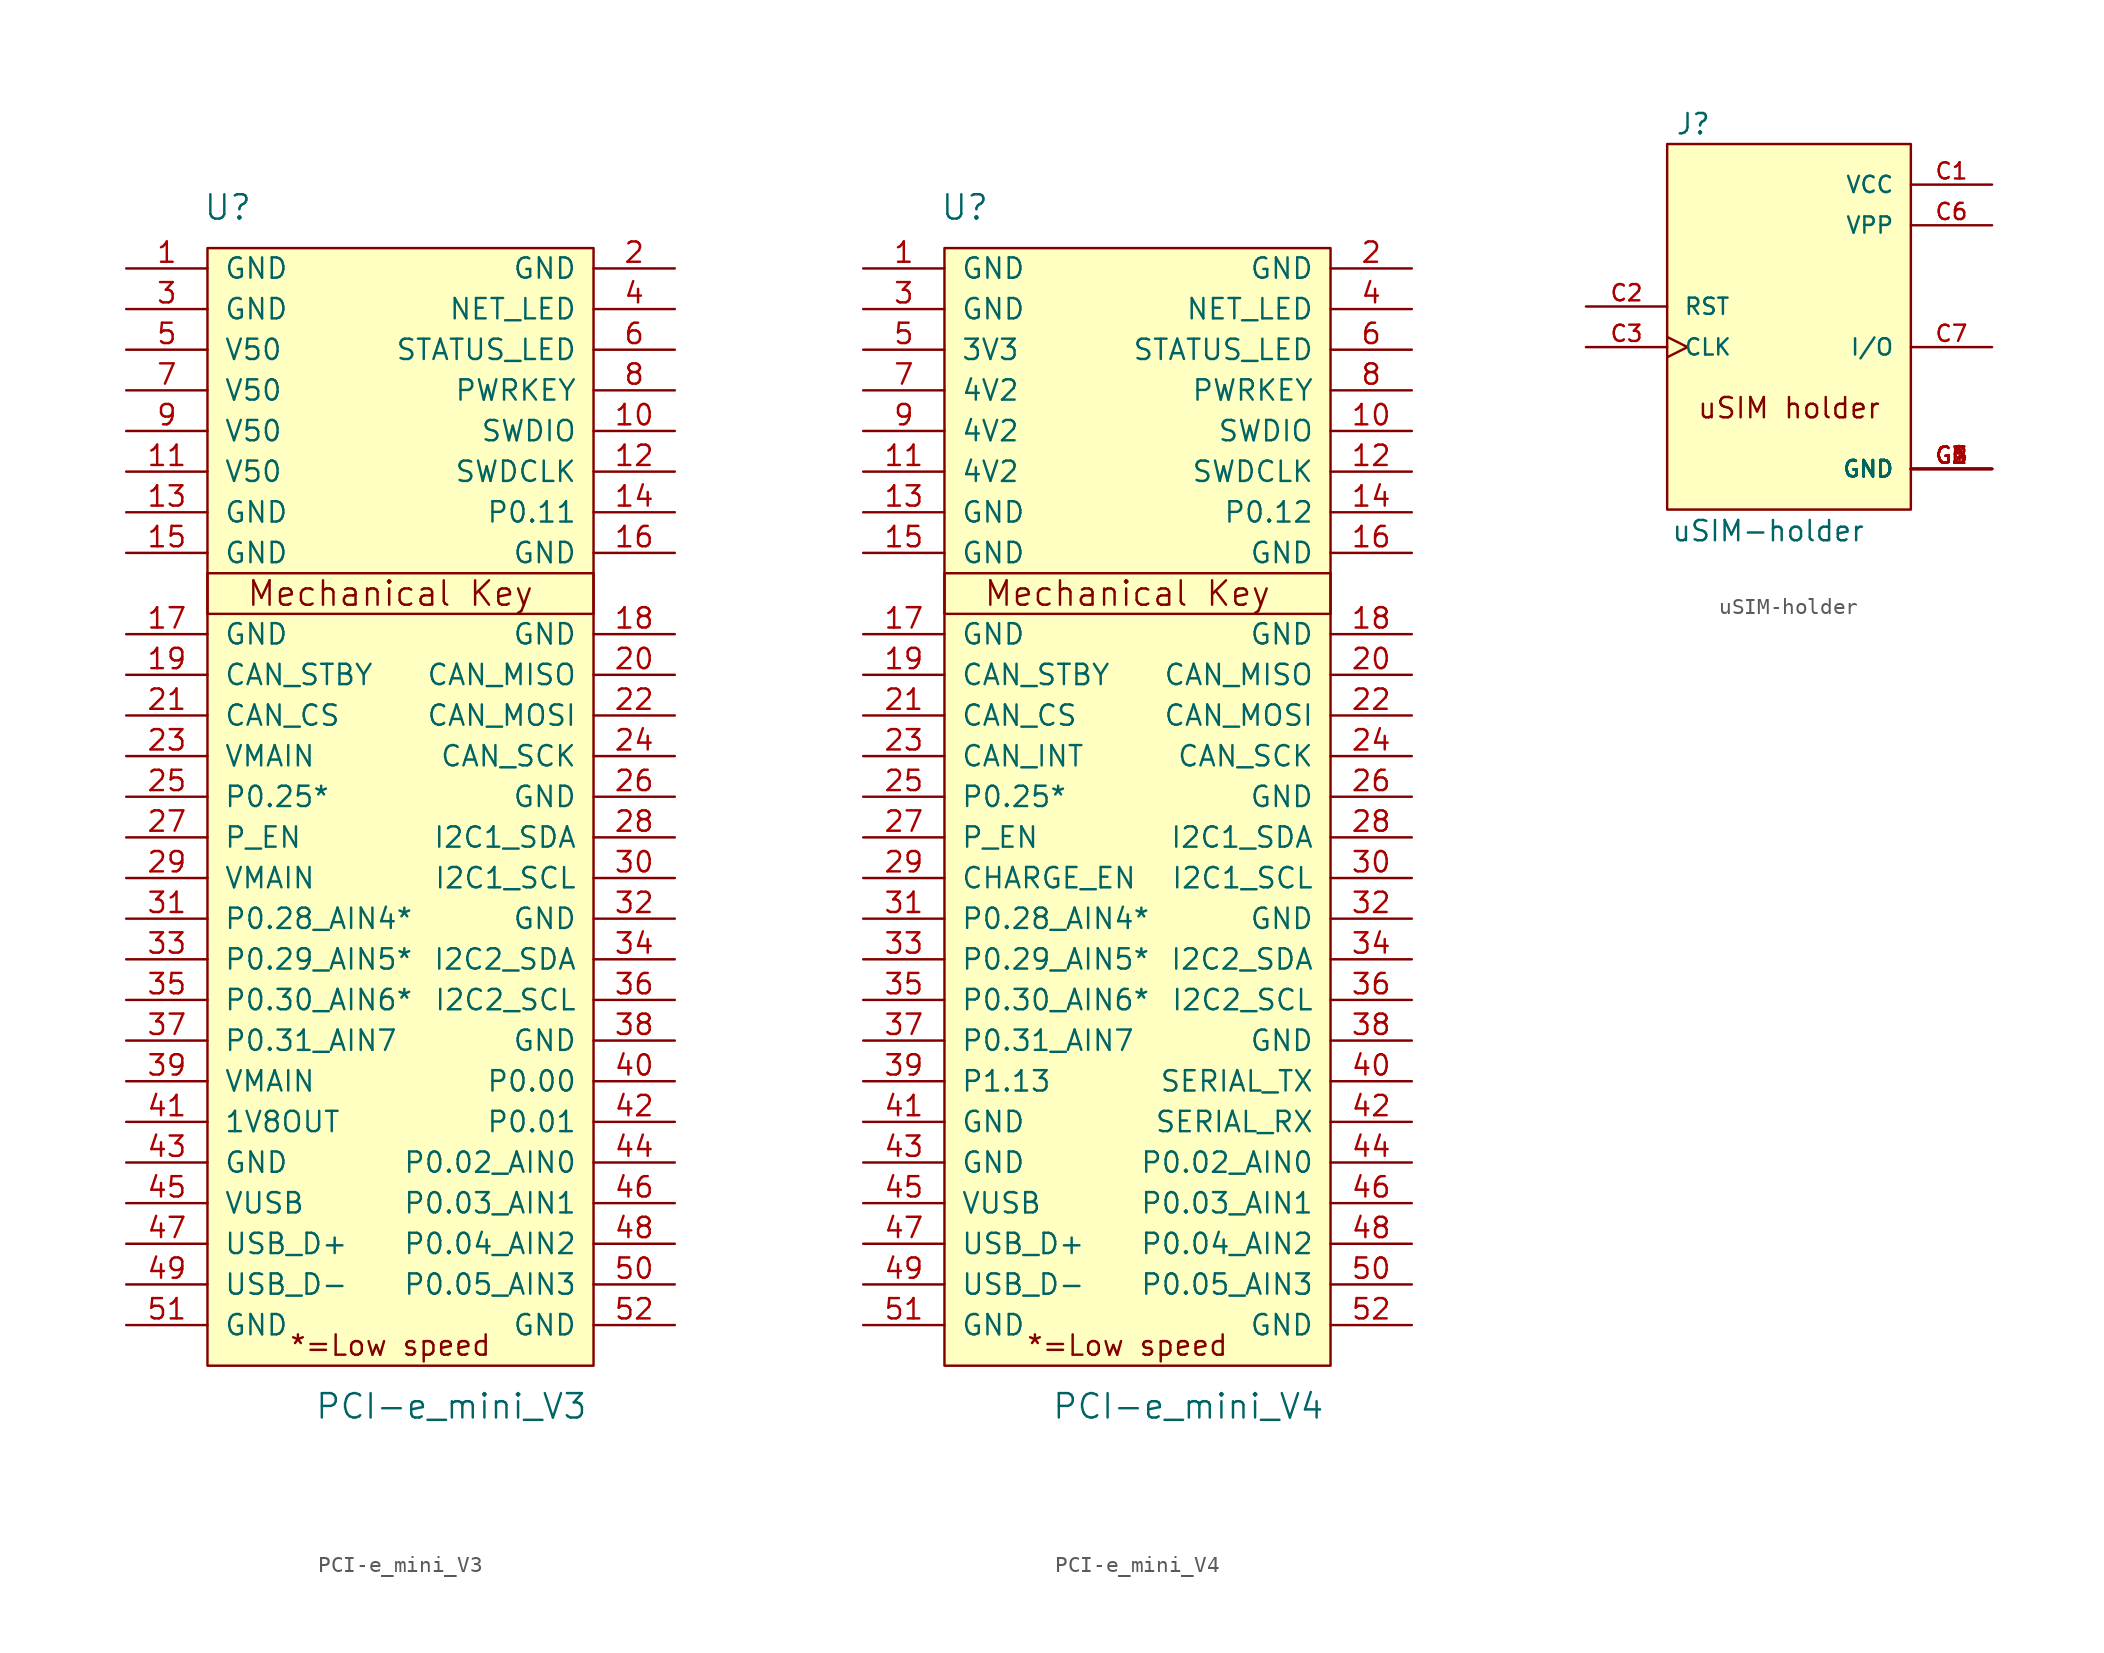
<source format=kicad_sym>
(kicad_symbol_lib
  (version 20211014)
  (generator kicad_symbol_editor)
  (symbol "PCI-e_mini_V3"
    (pin_names
      (offset 1.016))
    (property "Reference" "U"
      (at -10.16 26.67 0)
      (effects (font (size 1.524 1.524))))
    (property "Value" "PCI-e_mini_V3"
      (at 3.81 -48.26 0)
      (effects (font (size 1.524 1.524))))
    (property "Footprint" ""
      (at 2.54 11.43 0)
      (effects (font (size 1.524 1.524))))
    (property "Datasheet" ""
      (at 2.54 11.43 0)
      (effects (font (size 1.524 1.524))))
    (symbol "PCI-e_mini_V3_0_0"
      (text "*=Low speed" (at 0 -44.45 0) (effects (font (size 1.27 1.27)))))
    (symbol "PCI-e_mini_V3_1_1"
      (rectangle (start -11.43 1.27) (end 12.7 3.81) (stroke (width 0) (type default) (color 0 0 0 0)) (fill (type none)))
      (rectangle (start -11.43 24.13) (end 12.7 -45.72) (stroke (width 0) (type default) (color 0 0 0 0)) (fill (type background)))
      (text "Mechanical Key" (at 0 2.54 0) (effects (font (size 1.524 1.524))))
      (pin power_in line (at -16.51 22.86 0) (length 5.08) (name "GND" (effects (font (size 1.27 1.27)))) (number "1" (effects (font (size 1.27 1.27)))))
      (pin bidirectional line (at 17.78 12.7 180) (length 5.08) (name "SWDIO" (effects (font (size 1.27 1.27)))) (number "10" (effects (font (size 1.27 1.27)))))
      (pin power_in line (at -16.51 10.16 0) (length 5.08) (name "V50" (effects (font (size 1.27 1.27)))) (number "11" (effects (font (size 1.27 1.27)))))
      (pin bidirectional line (at 17.78 10.16 180) (length 5.08) (name "SWDCLK" (effects (font (size 1.27 1.27)))) (number "12" (effects (font (size 1.27 1.27)))))
      (pin power_in line (at -16.51 7.62 0) (length 5.08) (name "GND" (effects (font (size 1.27 1.27)))) (number "13" (effects (font (size 1.27 1.27)))))
      (pin bidirectional line (at 17.78 7.62 180) (length 5.08) (name "P0.11" (effects (font (size 1.27 1.27)))) (number "14" (effects (font (size 1.27 1.27)))))
      (pin power_in line (at -16.51 5.08 0) (length 5.08) (name "GND" (effects (font (size 1.27 1.27)))) (number "15" (effects (font (size 1.27 1.27)))))
      (pin power_in line (at 17.78 5.08 180) (length 5.08) (name "GND" (effects (font (size 1.27 1.27)))) (number "16" (effects (font (size 1.27 1.27)))))
      (pin power_in line (at -16.51 0 0) (length 5.08) (name "GND" (effects (font (size 1.27 1.27)))) (number "17" (effects (font (size 1.27 1.27)))))
      (pin power_in line (at 17.78 0 180) (length 5.08) (name "GND" (effects (font (size 1.27 1.27)))) (number "18" (effects (font (size 1.27 1.27)))))
      (pin bidirectional line (at -16.51 -2.54 0) (length 5.08) (name "CAN_STBY" (effects (font (size 1.27 1.27)))) (number "19" (effects (font (size 1.27 1.27)))))
      (pin power_in line (at 17.78 22.86 180) (length 5.08) (name "GND" (effects (font (size 1.27 1.27)))) (number "2" (effects (font (size 1.27 1.27)))))
      (pin bidirectional line (at 17.78 -2.54 180) (length 5.08) (name "CAN_MISO" (effects (font (size 1.27 1.27)))) (number "20" (effects (font (size 1.27 1.27)))))
      (pin bidirectional line (at -16.51 -5.08 0) (length 5.08) (name "CAN_CS" (effects (font (size 1.27 1.27)))) (number "21" (effects (font (size 1.27 1.27)))))
      (pin bidirectional line (at 17.78 -5.08 180) (length 5.08) (name "CAN_MOSI" (effects (font (size 1.27 1.27)))) (number "22" (effects (font (size 1.27 1.27)))))
      (pin bidirectional line (at -16.51 -7.62 0) (length 5.08) (name "VMAIN" (effects (font (size 1.27 1.27)))) (number "23" (effects (font (size 1.27 1.27)))))
      (pin bidirectional line (at 17.78 -7.62 180) (length 5.08) (name "CAN_SCK" (effects (font (size 1.27 1.27)))) (number "24" (effects (font (size 1.27 1.27)))))
      (pin bidirectional line (at -16.51 -10.16 0) (length 5.08) (name "P0.25*" (effects (font (size 1.27 1.27)))) (number "25" (effects (font (size 1.27 1.27)))))
      (pin power_in line (at 17.78 -10.16 180) (length 5.08) (name "GND" (effects (font (size 1.27 1.27)))) (number "26" (effects (font (size 1.27 1.27)))))
      (pin bidirectional line (at -16.51 -12.7 0) (length 5.08) (name "P_EN" (effects (font (size 1.27 1.27)))) (number "27" (effects (font (size 1.27 1.27)))))
      (pin bidirectional line (at 17.78 -12.7 180) (length 5.08) (name "I2C1_SDA" (effects (font (size 1.27 1.27)))) (number "28" (effects (font (size 1.27 1.27)))))
      (pin bidirectional line (at -16.51 -15.24 0) (length 5.08) (name "VMAIN" (effects (font (size 1.27 1.27)))) (number "29" (effects (font (size 1.27 1.27)))))
      (pin power_in line (at -16.51 20.32 0) (length 5.08) (name "GND" (effects (font (size 1.27 1.27)))) (number "3" (effects (font (size 1.27 1.27)))))
      (pin bidirectional line (at 17.78 -15.24 180) (length 5.08) (name "I2C1_SCL" (effects (font (size 1.27 1.27)))) (number "30" (effects (font (size 1.27 1.27)))))
      (pin bidirectional line (at -16.51 -17.78 0) (length 5.08) (name "P0.28_AIN4*" (effects (font (size 1.27 1.27)))) (number "31" (effects (font (size 1.27 1.27)))))
      (pin power_in line (at 17.78 -17.78 180) (length 5.08) (name "GND" (effects (font (size 1.27 1.27)))) (number "32" (effects (font (size 1.27 1.27)))))
      (pin bidirectional line (at -16.51 -20.32 0) (length 5.08) (name "P0.29_AIN5*" (effects (font (size 1.27 1.27)))) (number "33" (effects (font (size 1.27 1.27)))))
      (pin bidirectional line (at 17.78 -20.32 180) (length 5.08) (name "I2C2_SDA" (effects (font (size 1.27 1.27)))) (number "34" (effects (font (size 1.27 1.27)))))
      (pin bidirectional line (at -16.51 -22.86 0) (length 5.08) (name "P0.30_AIN6*" (effects (font (size 1.27 1.27)))) (number "35" (effects (font (size 1.27 1.27)))))
      (pin bidirectional line (at 17.78 -22.86 180) (length 5.08) (name "I2C2_SCL" (effects (font (size 1.27 1.27)))) (number "36" (effects (font (size 1.27 1.27)))))
      (pin bidirectional line (at -16.51 -25.4 0) (length 5.08) (name "P0.31_AIN7" (effects (font (size 1.27 1.27)))) (number "37" (effects (font (size 1.27 1.27)))))
      (pin power_in line (at 17.78 -25.4 180) (length 5.08) (name "GND" (effects (font (size 1.27 1.27)))) (number "38" (effects (font (size 1.27 1.27)))))
      (pin power_in line (at -16.51 -27.94 0) (length 5.08) (name "VMAIN" (effects (font (size 1.27 1.27)))) (number "39" (effects (font (size 1.27 1.27)))))
      (pin output line (at 17.78 20.32 180) (length 5.08) (name "NET_LED" (effects (font (size 1.27 1.27)))) (number "4" (effects (font (size 1.27 1.27)))))
      (pin bidirectional line (at 17.78 -27.94 180) (length 5.08) (name "P0.00" (effects (font (size 1.27 1.27)))) (number "40" (effects (font (size 1.27 1.27)))))
      (pin passive line (at -16.51 -30.48 0) (length 5.08) (name "1V8OUT" (effects (font (size 1.27 1.27)))) (number "41" (effects (font (size 1.27 1.27)))))
      (pin bidirectional line (at 17.78 -30.48 180) (length 5.08) (name "P0.01" (effects (font (size 1.27 1.27)))) (number "42" (effects (font (size 1.27 1.27)))))
      (pin power_in line (at -16.51 -33.02 0) (length 5.08) (name "GND" (effects (font (size 1.27 1.27)))) (number "43" (effects (font (size 1.27 1.27)))))
      (pin bidirectional line (at 17.78 -33.02 180) (length 5.08) (name "P0.02_AIN0" (effects (font (size 1.27 1.27)))) (number "44" (effects (font (size 1.27 1.27)))))
      (pin power_out line (at -16.51 -35.56 0) (length 5.08) (name "VUSB" (effects (font (size 1.27 1.27)))) (number "45" (effects (font (size 1.27 1.27)))))
      (pin bidirectional line (at 17.78 -35.56 180) (length 5.08) (name "P0.03_AIN1" (effects (font (size 1.27 1.27)))) (number "46" (effects (font (size 1.27 1.27)))))
      (pin bidirectional line (at -16.51 -38.1 0) (length 5.08) (name "USB_D+" (effects (font (size 1.27 1.27)))) (number "47" (effects (font (size 1.27 1.27)))))
      (pin bidirectional line (at 17.78 -38.1 180) (length 5.08) (name "P0.04_AIN2" (effects (font (size 1.27 1.27)))) (number "48" (effects (font (size 1.27 1.27)))))
      (pin bidirectional line (at -16.51 -40.64 0) (length 5.08) (name "USB_D-" (effects (font (size 1.27 1.27)))) (number "49" (effects (font (size 1.27 1.27)))))
      (pin power_in line (at -16.51 17.78 0) (length 5.08) (name "V50" (effects (font (size 1.27 1.27)))) (number "5" (effects (font (size 1.27 1.27)))))
      (pin bidirectional line (at 17.78 -40.64 180) (length 5.08) (name "P0.05_AIN3" (effects (font (size 1.27 1.27)))) (number "50" (effects (font (size 1.27 1.27)))))
      (pin power_in line (at -16.51 -43.18 0) (length 5.08) (name "GND" (effects (font (size 1.27 1.27)))) (number "51" (effects (font (size 1.27 1.27)))))
      (pin power_in line (at 17.78 -43.18 180) (length 5.08) (name "GND" (effects (font (size 1.27 1.27)))) (number "52" (effects (font (size 1.27 1.27)))))
      (pin output line (at 17.78 17.78 180) (length 5.08) (name "STATUS_LED" (effects (font (size 1.27 1.27)))) (number "6" (effects (font (size 1.27 1.27)))))
      (pin power_in line (at -16.51 15.24 0) (length 5.08) (name "V50" (effects (font (size 1.27 1.27)))) (number "7" (effects (font (size 1.27 1.27)))))
      (pin output line (at 17.78 15.24 180) (length 5.08) (name "PWRKEY" (effects (font (size 1.27 1.27)))) (number "8" (effects (font (size 1.27 1.27)))))
      (pin power_in line (at -16.51 12.7 0) (length 5.08) (name "V50" (effects (font (size 1.27 1.27)))) (number "9" (effects (font (size 1.27 1.27)))))))
  (symbol "PCI-e_mini_V4"
    (pin_names
      (offset 1.016))
    (property "Reference" "U"
      (at -10.16 26.67 0)
      (effects (font (size 1.524 1.524))))
    (property "Value" "PCI-e_mini_V4"
      (at 3.81 -48.26 0)
      (effects (font (size 1.524 1.524))))
    (property "Footprint" ""
      (at 2.54 11.43 0)
      (effects (font (size 1.524 1.524))))
    (property "Datasheet" ""
      (at 2.54 11.43 0)
      (effects (font (size 1.524 1.524))))
    (symbol "PCI-e_mini_V4_0_0"
      (text "*=Low speed" (at 0 -44.45 0) (effects (font (size 1.27 1.27)))))
    (symbol "PCI-e_mini_V4_1_1"
      (rectangle (start -11.43 1.27) (end 12.7 3.81) (stroke (width 0) (type default) (color 0 0 0 0)) (fill (type none)))
      (rectangle (start -11.43 24.13) (end 12.7 -45.72) (stroke (width 0) (type default) (color 0 0 0 0)) (fill (type background)))
      (text "Mechanical Key" (at 0 2.54 0) (effects (font (size 1.524 1.524))))
      (pin power_in line (at -16.51 22.86 0) (length 5.08) (name "GND" (effects (font (size 1.27 1.27)))) (number "1" (effects (font (size 1.27 1.27)))))
      (pin bidirectional line (at 17.78 12.7 180) (length 5.08) (name "SWDIO" (effects (font (size 1.27 1.27)))) (number "10" (effects (font (size 1.27 1.27)))))
      (pin power_in line (at -16.51 10.16 0) (length 5.08) (name "4V2" (effects (font (size 1.27 1.27)))) (number "11" (effects (font (size 1.27 1.27)))))
      (pin bidirectional line (at 17.78 10.16 180) (length 5.08) (name "SWDCLK" (effects (font (size 1.27 1.27)))) (number "12" (effects (font (size 1.27 1.27)))))
      (pin power_in line (at -16.51 7.62 0) (length 5.08) (name "GND" (effects (font (size 1.27 1.27)))) (number "13" (effects (font (size 1.27 1.27)))))
      (pin bidirectional line (at 17.78 7.62 180) (length 5.08) (name "P0.12" (effects (font (size 1.27 1.27)))) (number "14" (effects (font (size 1.27 1.27)))))
      (pin power_in line (at -16.51 5.08 0) (length 5.08) (name "GND" (effects (font (size 1.27 1.27)))) (number "15" (effects (font (size 1.27 1.27)))))
      (pin power_in line (at 17.78 5.08 180) (length 5.08) (name "GND" (effects (font (size 1.27 1.27)))) (number "16" (effects (font (size 1.27 1.27)))))
      (pin power_in line (at -16.51 0 0) (length 5.08) (name "GND" (effects (font (size 1.27 1.27)))) (number "17" (effects (font (size 1.27 1.27)))))
      (pin power_in line (at 17.78 0 180) (length 5.08) (name "GND" (effects (font (size 1.27 1.27)))) (number "18" (effects (font (size 1.27 1.27)))))
      (pin bidirectional line (at -16.51 -2.54 0) (length 5.08) (name "CAN_STBY" (effects (font (size 1.27 1.27)))) (number "19" (effects (font (size 1.27 1.27)))))
      (pin power_in line (at 17.78 22.86 180) (length 5.08) (name "GND" (effects (font (size 1.27 1.27)))) (number "2" (effects (font (size 1.27 1.27)))))
      (pin bidirectional line (at 17.78 -2.54 180) (length 5.08) (name "CAN_MISO" (effects (font (size 1.27 1.27)))) (number "20" (effects (font (size 1.27 1.27)))))
      (pin bidirectional line (at -16.51 -5.08 0) (length 5.08) (name "CAN_CS" (effects (font (size 1.27 1.27)))) (number "21" (effects (font (size 1.27 1.27)))))
      (pin bidirectional line (at 17.78 -5.08 180) (length 5.08) (name "CAN_MOSI" (effects (font (size 1.27 1.27)))) (number "22" (effects (font (size 1.27 1.27)))))
      (pin bidirectional line (at -16.51 -7.62 0) (length 5.08) (name "CAN_INT" (effects (font (size 1.27 1.27)))) (number "23" (effects (font (size 1.27 1.27)))))
      (pin bidirectional line (at 17.78 -7.62 180) (length 5.08) (name "CAN_SCK" (effects (font (size 1.27 1.27)))) (number "24" (effects (font (size 1.27 1.27)))))
      (pin bidirectional line (at -16.51 -10.16 0) (length 5.08) (name "P0.25*" (effects (font (size 1.27 1.27)))) (number "25" (effects (font (size 1.27 1.27)))))
      (pin power_in line (at 17.78 -10.16 180) (length 5.08) (name "GND" (effects (font (size 1.27 1.27)))) (number "26" (effects (font (size 1.27 1.27)))))
      (pin bidirectional line (at -16.51 -12.7 0) (length 5.08) (name "P_EN" (effects (font (size 1.27 1.27)))) (number "27" (effects (font (size 1.27 1.27)))))
      (pin bidirectional line (at 17.78 -12.7 180) (length 5.08) (name "I2C1_SDA" (effects (font (size 1.27 1.27)))) (number "28" (effects (font (size 1.27 1.27)))))
      (pin bidirectional line (at -16.51 -15.24 0) (length 5.08) (name "CHARGE_EN" (effects (font (size 1.27 1.27)))) (number "29" (effects (font (size 1.27 1.27)))))
      (pin power_in line (at -16.51 20.32 0) (length 5.08) (name "GND" (effects (font (size 1.27 1.27)))) (number "3" (effects (font (size 1.27 1.27)))))
      (pin bidirectional line (at 17.78 -15.24 180) (length 5.08) (name "I2C1_SCL" (effects (font (size 1.27 1.27)))) (number "30" (effects (font (size 1.27 1.27)))))
      (pin bidirectional line (at -16.51 -17.78 0) (length 5.08) (name "P0.28_AIN4*" (effects (font (size 1.27 1.27)))) (number "31" (effects (font (size 1.27 1.27)))))
      (pin power_in line (at 17.78 -17.78 180) (length 5.08) (name "GND" (effects (font (size 1.27 1.27)))) (number "32" (effects (font (size 1.27 1.27)))))
      (pin bidirectional line (at -16.51 -20.32 0) (length 5.08) (name "P0.29_AIN5*" (effects (font (size 1.27 1.27)))) (number "33" (effects (font (size 1.27 1.27)))))
      (pin bidirectional line (at 17.78 -20.32 180) (length 5.08) (name "I2C2_SDA" (effects (font (size 1.27 1.27)))) (number "34" (effects (font (size 1.27 1.27)))))
      (pin bidirectional line (at -16.51 -22.86 0) (length 5.08) (name "P0.30_AIN6*" (effects (font (size 1.27 1.27)))) (number "35" (effects (font (size 1.27 1.27)))))
      (pin bidirectional line (at 17.78 -22.86 180) (length 5.08) (name "I2C2_SCL" (effects (font (size 1.27 1.27)))) (number "36" (effects (font (size 1.27 1.27)))))
      (pin bidirectional line (at -16.51 -25.4 0) (length 5.08) (name "P0.31_AIN7" (effects (font (size 1.27 1.27)))) (number "37" (effects (font (size 1.27 1.27)))))
      (pin power_in line (at 17.78 -25.4 180) (length 5.08) (name "GND" (effects (font (size 1.27 1.27)))) (number "38" (effects (font (size 1.27 1.27)))))
      (pin power_in line (at -16.51 -27.94 0) (length 5.08) (name "P1.13" (effects (font (size 1.27 1.27)))) (number "39" (effects (font (size 1.27 1.27)))))
      (pin output line (at 17.78 20.32 180) (length 5.08) (name "NET_LED" (effects (font (size 1.27 1.27)))) (number "4" (effects (font (size 1.27 1.27)))))
      (pin bidirectional line (at 17.78 -27.94 180) (length 5.08) (name "SERIAL_TX" (effects (font (size 1.27 1.27)))) (number "40" (effects (font (size 1.27 1.27)))))
      (pin power_in line (at -16.51 -30.48 0) (length 5.08) (name "GND" (effects (font (size 1.27 1.27)))) (number "41" (effects (font (size 1.27 1.27)))))
      (pin bidirectional line (at 17.78 -30.48 180) (length 5.08) (name "SERIAL_RX" (effects (font (size 1.27 1.27)))) (number "42" (effects (font (size 1.27 1.27)))))
      (pin power_in line (at -16.51 -33.02 0) (length 5.08) (name "GND" (effects (font (size 1.27 1.27)))) (number "43" (effects (font (size 1.27 1.27)))))
      (pin bidirectional line (at 17.78 -33.02 180) (length 5.08) (name "P0.02_AIN0" (effects (font (size 1.27 1.27)))) (number "44" (effects (font (size 1.27 1.27)))))
      (pin power_out line (at -16.51 -35.56 0) (length 5.08) (name "VUSB" (effects (font (size 1.27 1.27)))) (number "45" (effects (font (size 1.27 1.27)))))
      (pin bidirectional line (at 17.78 -35.56 180) (length 5.08) (name "P0.03_AIN1" (effects (font (size 1.27 1.27)))) (number "46" (effects (font (size 1.27 1.27)))))
      (pin bidirectional line (at -16.51 -38.1 0) (length 5.08) (name "USB_D+" (effects (font (size 1.27 1.27)))) (number "47" (effects (font (size 1.27 1.27)))))
      (pin bidirectional line (at 17.78 -38.1 180) (length 5.08) (name "P0.04_AIN2" (effects (font (size 1.27 1.27)))) (number "48" (effects (font (size 1.27 1.27)))))
      (pin bidirectional line (at -16.51 -40.64 0) (length 5.08) (name "USB_D-" (effects (font (size 1.27 1.27)))) (number "49" (effects (font (size 1.27 1.27)))))
      (pin power_in line (at -16.51 17.78 0) (length 5.08) (name "3V3" (effects (font (size 1.27 1.27)))) (number "5" (effects (font (size 1.27 1.27)))))
      (pin bidirectional line (at 17.78 -40.64 180) (length 5.08) (name "P0.05_AIN3" (effects (font (size 1.27 1.27)))) (number "50" (effects (font (size 1.27 1.27)))))
      (pin power_in line (at -16.51 -43.18 0) (length 5.08) (name "GND" (effects (font (size 1.27 1.27)))) (number "51" (effects (font (size 1.27 1.27)))))
      (pin power_in line (at 17.78 -43.18 180) (length 5.08) (name "GND" (effects (font (size 1.27 1.27)))) (number "52" (effects (font (size 1.27 1.27)))))
      (pin output line (at 17.78 17.78 180) (length 5.08) (name "STATUS_LED" (effects (font (size 1.27 1.27)))) (number "6" (effects (font (size 1.27 1.27)))))
      (pin power_in line (at -16.51 15.24 0) (length 5.08) (name "4V2" (effects (font (size 1.27 1.27)))) (number "7" (effects (font (size 1.27 1.27)))))
      (pin output line (at 17.78 15.24 180) (length 5.08) (name "PWRKEY" (effects (font (size 1.27 1.27)))) (number "8" (effects (font (size 1.27 1.27)))))
      (pin power_in line (at -16.51 12.7 0) (length 5.08) (name "4V2" (effects (font (size 1.27 1.27)))) (number "9" (effects (font (size 1.27 1.27)))))))
  (symbol "uSIM-holder"
    (pin_names
      (offset 1.016))
    (property "Reference" "J"
      (at -7.112 10.668 0)
      (effects (font (size 1.27 1.27)) (justify left bottom)))
    (property "Value" "uSIM-holder"
      (at -7.391 -14.783 0)
      (effects (font (size 1.27 1.27)) (justify left bottom)))
    (symbol "uSIM-holder_0_0"
      (rectangle (start -7.62 10.16) (end 7.62 -12.7) (stroke (width 0.152) (type default) (color 0 0 0 0)) (fill (type background)))
      (text "uSIM holder" (at 0 -6.35 0) (effects (font (size 1.27 1.27))))
      (pin power_in line (at 12.7 7.62 180) (length 5.08) (name "VCC" (effects (font (size 1.016 1.016)))) (number "C1" (effects (font (size 1.016 1.016)))))
      (pin input line (at -12.7 0 0) (length 5.08) (name "RST" (effects (font (size 1.016 1.016)))) (number "C2" (effects (font (size 1.016 1.016)))))
      (pin input clock (at -12.7 -2.54 0) (length 5.08) (name "CLK" (effects (font (size 1.016 1.016)))) (number "C3" (effects (font (size 1.016 1.016)))))
      (pin power_in line (at 12.7 -10.16 180) (length 5.08) (name "GND" (effects (font (size 1.016 1.016)))) (number "C5" (effects (font (size 1.016 1.016)))))
      (pin power_in line (at 12.7 5.08 180) (length 5.08) (name "VPP" (effects (font (size 1.016 1.016)))) (number "C6" (effects (font (size 1.016 1.016)))))
      (pin bidirectional line (at 12.7 -2.54 180) (length 5.08) (name "I/O" (effects (font (size 1.016 1.016)))) (number "C7" (effects (font (size 1.016 1.016)))))
      (pin power_in line (at 12.7 -10.16 180) (length 5.08) (name "GND" (effects (font (size 1.016 1.016)))) (number "G1" (effects (font (size 1.016 1.016)))))
      (pin power_in line (at 12.7 -10.16 180) (length 5.08) (name "GND" (effects (font (size 1.016 1.016)))) (number "G2" (effects (font (size 1.016 1.016)))))
      (pin power_in line (at 12.7 -10.16 180) (length 5.08) (name "GND" (effects (font (size 1.016 1.016)))) (number "G3" (effects (font (size 1.016 1.016)))))
      (pin power_in line (at 12.7 -10.16 180) (length 5.08) (name "GND" (effects (font (size 1.016 1.016)))) (number "G4" (effects (font (size 1.016 1.016)))))
      (pin power_in line (at 12.7 -10.16 180) (length 5.08) (name "GND" (effects (font (size 1.016 1.016)))) (number "G5" (effects (font (size 1.016 1.016)))))
      (pin power_in line (at 12.7 -10.16 180) (length 5.08) (name "GND" (effects (font (size 1.016 1.016)))) (number "G6" (effects (font (size 1.016 1.016))))))))
</source>
